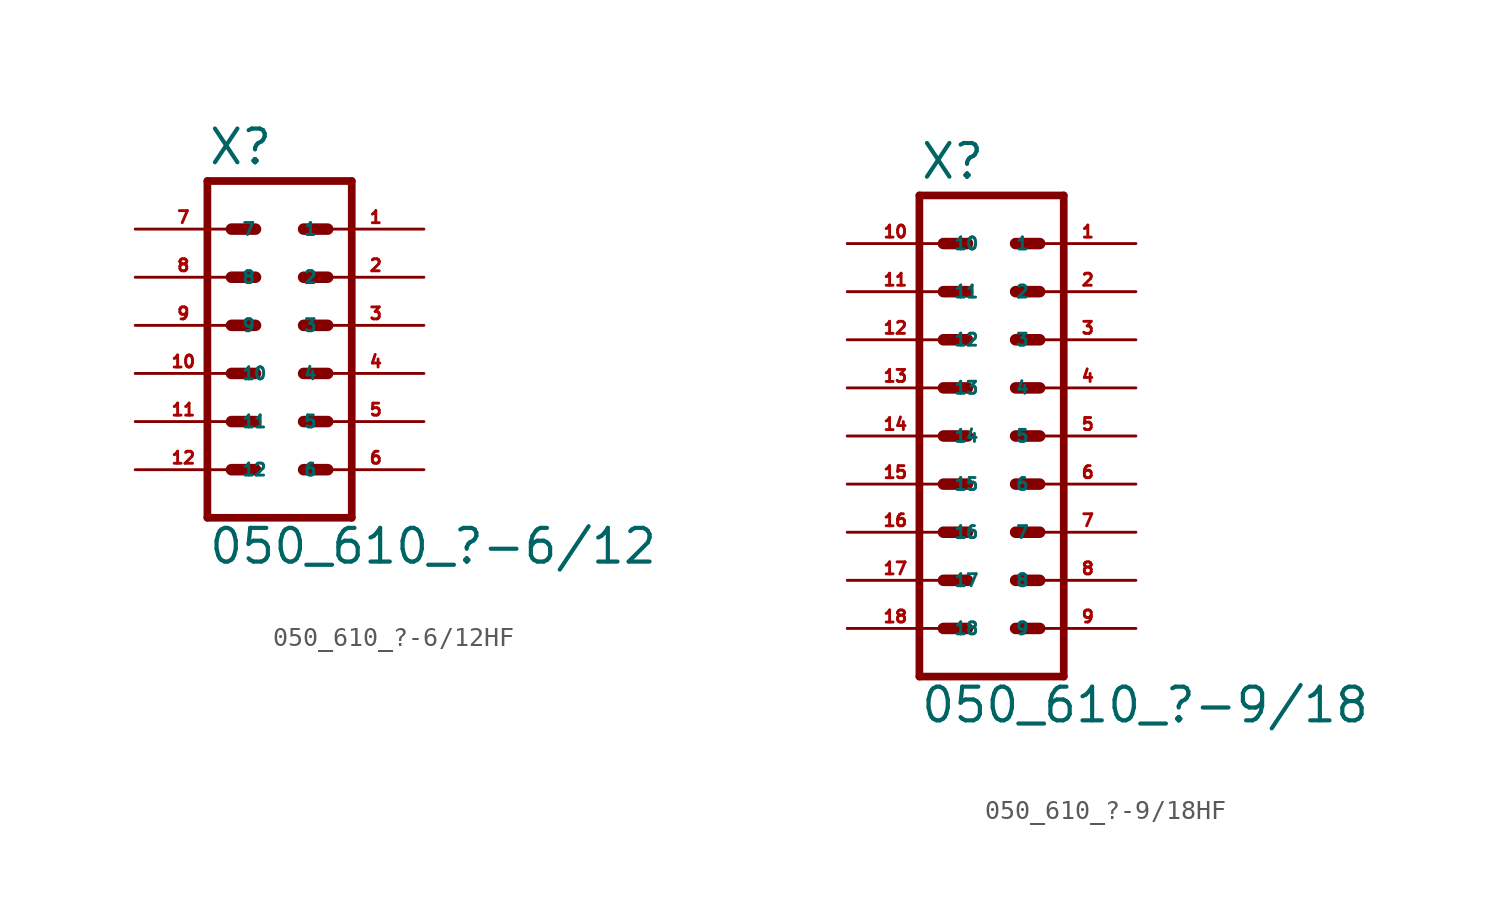
<source format=kicad_sym>
(kicad_symbol_lib
  (version 20220914)
  (generator Eagle2Kicad)
  (symbol "050_610_?-6/12HF"
    (property "Reference" "X"
      (at -3.81 8.382 0)
      (effects (font (size 1.778 1.778) (thickness 0.22)) (justify left bottom)))
    (property "Value" "050_610_?-6/12"
      (at -3.81 -12.7 0)
      (effects (font (size 1.778 1.778) (thickness 0.22)) (justify left bottom)))
    (polyline
      (pts (xy 3.81 -10.16) (xy -3.81 -10.16))
      (stroke (width 0.406) (type default))
      (fill (type none)))
    (polyline
      (pts (xy -3.81 7.62) (xy -3.81 -10.16))
      (stroke (width 0.406) (type default))
      (fill (type none)))
    (polyline
      (pts (xy 3.81 -10.16) (xy 3.81 7.62))
      (stroke (width 0.406) (type default))
      (fill (type none)))
    (polyline
      (pts (xy -3.81 7.62) (xy 3.81 7.62))
      (stroke (width 0.406) (type default))
      (fill (type none)))
    (polyline
      (pts (xy 1.27 5.08) (xy 2.54 5.08))
      (stroke (width 0.61) (type default))
      (fill (type none)))
    (polyline
      (pts (xy 1.27 2.54) (xy 2.54 2.54))
      (stroke (width 0.61) (type default))
      (fill (type none)))
    (polyline
      (pts (xy 1.27 0) (xy 2.54 0))
      (stroke (width 0.61) (type default))
      (fill (type none)))
    (polyline
      (pts (xy 1.27 -2.54) (xy 2.54 -2.54))
      (stroke (width 0.61) (type default))
      (fill (type none)))
    (polyline
      (pts (xy 1.27 -5.08) (xy 2.54 -5.08))
      (stroke (width 0.61) (type default))
      (fill (type none)))
    (polyline
      (pts (xy 1.27 -7.62) (xy 2.54 -7.62))
      (stroke (width 0.61) (type default))
      (fill (type none)))
    (polyline
      (pts (xy -1.27 5.08) (xy -2.54 5.08))
      (stroke (width 0.61) (type default))
      (fill (type none)))
    (polyline
      (pts (xy -1.27 2.54) (xy -2.54 2.54))
      (stroke (width 0.61) (type default))
      (fill (type none)))
    (polyline
      (pts (xy -1.27 0) (xy -2.54 0))
      (stroke (width 0.61) (type default))
      (fill (type none)))
    (polyline
      (pts (xy -1.27 -2.54) (xy -2.54 -2.54))
      (stroke (width 0.61) (type default))
      (fill (type none)))
    (polyline
      (pts (xy -1.27 -5.08) (xy -2.54 -5.08))
      (stroke (width 0.61) (type default))
      (fill (type none)))
    (polyline
      (pts (xy -1.27 -7.62) (xy -2.54 -7.62))
      (stroke (width 0.61) (type default))
      (fill (type none)))
    (pin passive line
      (at 7.62 5.08 180)
      (length 5.08)
      (name "1" (effects (font (size 0.635 0.635) (thickness 0.08)) (justify left bottom)))
      (number "1" (effects (font (size 0.635 0.635) (thickness 0.08)) (justify left bottom))))
    (pin passive line
      (at 7.62 2.54 180)
      (length 5.08)
      (name "2" (effects (font (size 0.635 0.635) (thickness 0.08)) (justify left bottom)))
      (number "2" (effects (font (size 0.635 0.635) (thickness 0.08)) (justify left bottom))))
    (pin passive line
      (at 7.62 0 180)
      (length 5.08)
      (name "3" (effects (font (size 0.635 0.635) (thickness 0.08)) (justify left bottom)))
      (number "3" (effects (font (size 0.635 0.635) (thickness 0.08)) (justify left bottom))))
    (pin passive line
      (at 7.62 -2.54 180)
      (length 5.08)
      (name "4" (effects (font (size 0.635 0.635) (thickness 0.08)) (justify left bottom)))
      (number "4" (effects (font (size 0.635 0.635) (thickness 0.08)) (justify left bottom))))
    (pin passive line
      (at 7.62 -5.08 180)
      (length 5.08)
      (name "5" (effects (font (size 0.635 0.635) (thickness 0.08)) (justify left bottom)))
      (number "5" (effects (font (size 0.635 0.635) (thickness 0.08)) (justify left bottom))))
    (pin passive line
      (at 7.62 -7.62 180)
      (length 5.08)
      (name "6" (effects (font (size 0.635 0.635) (thickness 0.08)) (justify left bottom)))
      (number "6" (effects (font (size 0.635 0.635) (thickness 0.08)) (justify left bottom))))
    (pin passive line
      (at -7.62 5.08 0)
      (length 5.08)
      (name "7" (effects (font (size 0.635 0.635) (thickness 0.08)) (justify left bottom)))
      (number "7" (effects (font (size 0.635 0.635) (thickness 0.08)) (justify left bottom))))
    (pin passive line
      (at -7.62 2.54 0)
      (length 5.08)
      (name "8" (effects (font (size 0.635 0.635) (thickness 0.08)) (justify left bottom)))
      (number "8" (effects (font (size 0.635 0.635) (thickness 0.08)) (justify left bottom))))
    (pin passive line
      (at -7.62 0 0)
      (length 5.08)
      (name "9" (effects (font (size 0.635 0.635) (thickness 0.08)) (justify left bottom)))
      (number "9" (effects (font (size 0.635 0.635) (thickness 0.08)) (justify left bottom))))
    (pin passive line
      (at -7.62 -2.54 0)
      (length 5.08)
      (name "10" (effects (font (size 0.635 0.635) (thickness 0.08)) (justify left bottom)))
      (number "10" (effects (font (size 0.635 0.635) (thickness 0.08)) (justify left bottom))))
    (pin passive line
      (at -7.62 -5.08 0)
      (length 5.08)
      (name "11" (effects (font (size 0.635 0.635) (thickness 0.08)) (justify left bottom)))
      (number "11" (effects (font (size 0.635 0.635) (thickness 0.08)) (justify left bottom))))
    (pin passive line
      (at -7.62 -7.62 0)
      (length 5.08)
      (name "12" (effects (font (size 0.635 0.635) (thickness 0.08)) (justify left bottom)))
      (number "12" (effects (font (size 0.635 0.635) (thickness 0.08)) (justify left bottom)))))
  (symbol "050_610_?-9/18HF"
    (property "Reference" "X"
      (at -3.81 13.462 0)
      (effects (font (size 1.778 1.778) (thickness 0.22)) (justify left bottom)))
    (property "Value" "050_610_?-9/18"
      (at -3.81 -15.24 0)
      (effects (font (size 1.778 1.778) (thickness 0.22)) (justify left bottom)))
    (polyline
      (pts (xy 3.81 -12.7) (xy -3.81 -12.7))
      (stroke (width 0.406) (type default))
      (fill (type none)))
    (polyline
      (pts (xy -3.81 12.7) (xy -3.81 -12.7))
      (stroke (width 0.406) (type default))
      (fill (type none)))
    (polyline
      (pts (xy 3.81 -12.7) (xy 3.81 12.7))
      (stroke (width 0.406) (type default))
      (fill (type none)))
    (polyline
      (pts (xy -3.81 12.7) (xy 3.81 12.7))
      (stroke (width 0.406) (type default))
      (fill (type none)))
    (polyline
      (pts (xy 1.27 10.16) (xy 2.54 10.16))
      (stroke (width 0.61) (type default))
      (fill (type none)))
    (polyline
      (pts (xy 1.27 7.62) (xy 2.54 7.62))
      (stroke (width 0.61) (type default))
      (fill (type none)))
    (polyline
      (pts (xy 1.27 5.08) (xy 2.54 5.08))
      (stroke (width 0.61) (type default))
      (fill (type none)))
    (polyline
      (pts (xy 1.27 2.54) (xy 2.54 2.54))
      (stroke (width 0.61) (type default))
      (fill (type none)))
    (polyline
      (pts (xy 1.27 0) (xy 2.54 0))
      (stroke (width 0.61) (type default))
      (fill (type none)))
    (polyline
      (pts (xy 1.27 -2.54) (xy 2.54 -2.54))
      (stroke (width 0.61) (type default))
      (fill (type none)))
    (polyline
      (pts (xy 1.27 -5.08) (xy 2.54 -5.08))
      (stroke (width 0.61) (type default))
      (fill (type none)))
    (polyline
      (pts (xy 1.27 -7.62) (xy 2.54 -7.62))
      (stroke (width 0.61) (type default))
      (fill (type none)))
    (polyline
      (pts (xy 1.27 -10.16) (xy 2.54 -10.16))
      (stroke (width 0.61) (type default))
      (fill (type none)))
    (polyline
      (pts (xy -1.27 10.16) (xy -2.54 10.16))
      (stroke (width 0.61) (type default))
      (fill (type none)))
    (polyline
      (pts (xy -1.27 7.62) (xy -2.54 7.62))
      (stroke (width 0.61) (type default))
      (fill (type none)))
    (polyline
      (pts (xy -1.27 5.08) (xy -2.54 5.08))
      (stroke (width 0.61) (type default))
      (fill (type none)))
    (polyline
      (pts (xy -1.27 2.54) (xy -2.54 2.54))
      (stroke (width 0.61) (type default))
      (fill (type none)))
    (polyline
      (pts (xy -1.27 0) (xy -2.54 0))
      (stroke (width 0.61) (type default))
      (fill (type none)))
    (polyline
      (pts (xy -1.27 -2.54) (xy -2.54 -2.54))
      (stroke (width 0.61) (type default))
      (fill (type none)))
    (polyline
      (pts (xy -1.27 -5.08) (xy -2.54 -5.08))
      (stroke (width 0.61) (type default))
      (fill (type none)))
    (polyline
      (pts (xy -1.27 -7.62) (xy -2.54 -7.62))
      (stroke (width 0.61) (type default))
      (fill (type none)))
    (polyline
      (pts (xy -1.27 -10.16) (xy -2.54 -10.16))
      (stroke (width 0.61) (type default))
      (fill (type none)))
    (pin passive line
      (at 7.62 10.16 180)
      (length 5.08)
      (name "1" (effects (font (size 0.635 0.635) (thickness 0.08)) (justify left bottom)))
      (number "1" (effects (font (size 0.635 0.635) (thickness 0.08)) (justify left bottom))))
    (pin passive line
      (at 7.62 7.62 180)
      (length 5.08)
      (name "2" (effects (font (size 0.635 0.635) (thickness 0.08)) (justify left bottom)))
      (number "2" (effects (font (size 0.635 0.635) (thickness 0.08)) (justify left bottom))))
    (pin passive line
      (at 7.62 5.08 180)
      (length 5.08)
      (name "3" (effects (font (size 0.635 0.635) (thickness 0.08)) (justify left bottom)))
      (number "3" (effects (font (size 0.635 0.635) (thickness 0.08)) (justify left bottom))))
    (pin passive line
      (at 7.62 2.54 180)
      (length 5.08)
      (name "4" (effects (font (size 0.635 0.635) (thickness 0.08)) (justify left bottom)))
      (number "4" (effects (font (size 0.635 0.635) (thickness 0.08)) (justify left bottom))))
    (pin passive line
      (at 7.62 0 180)
      (length 5.08)
      (name "5" (effects (font (size 0.635 0.635) (thickness 0.08)) (justify left bottom)))
      (number "5" (effects (font (size 0.635 0.635) (thickness 0.08)) (justify left bottom))))
    (pin passive line
      (at 7.62 -2.54 180)
      (length 5.08)
      (name "6" (effects (font (size 0.635 0.635) (thickness 0.08)) (justify left bottom)))
      (number "6" (effects (font (size 0.635 0.635) (thickness 0.08)) (justify left bottom))))
    (pin passive line
      (at 7.62 -5.08 180)
      (length 5.08)
      (name "7" (effects (font (size 0.635 0.635) (thickness 0.08)) (justify left bottom)))
      (number "7" (effects (font (size 0.635 0.635) (thickness 0.08)) (justify left bottom))))
    (pin passive line
      (at 7.62 -7.62 180)
      (length 5.08)
      (name "8" (effects (font (size 0.635 0.635) (thickness 0.08)) (justify left bottom)))
      (number "8" (effects (font (size 0.635 0.635) (thickness 0.08)) (justify left bottom))))
    (pin passive line
      (at 7.62 -10.16 180)
      (length 5.08)
      (name "9" (effects (font (size 0.635 0.635) (thickness 0.08)) (justify left bottom)))
      (number "9" (effects (font (size 0.635 0.635) (thickness 0.08)) (justify left bottom))))
    (pin passive line
      (at -7.62 10.16 0)
      (length 5.08)
      (name "10" (effects (font (size 0.635 0.635) (thickness 0.08)) (justify left bottom)))
      (number "10" (effects (font (size 0.635 0.635) (thickness 0.08)) (justify left bottom))))
    (pin passive line
      (at -7.62 7.62 0)
      (length 5.08)
      (name "11" (effects (font (size 0.635 0.635) (thickness 0.08)) (justify left bottom)))
      (number "11" (effects (font (size 0.635 0.635) (thickness 0.08)) (justify left bottom))))
    (pin passive line
      (at -7.62 5.08 0)
      (length 5.08)
      (name "12" (effects (font (size 0.635 0.635) (thickness 0.08)) (justify left bottom)))
      (number "12" (effects (font (size 0.635 0.635) (thickness 0.08)) (justify left bottom))))
    (pin passive line
      (at -7.62 2.54 0)
      (length 5.08)
      (name "13" (effects (font (size 0.635 0.635) (thickness 0.08)) (justify left bottom)))
      (number "13" (effects (font (size 0.635 0.635) (thickness 0.08)) (justify left bottom))))
    (pin passive line
      (at -7.62 0 0)
      (length 5.08)
      (name "14" (effects (font (size 0.635 0.635) (thickness 0.08)) (justify left bottom)))
      (number "14" (effects (font (size 0.635 0.635) (thickness 0.08)) (justify left bottom))))
    (pin passive line
      (at -7.62 -2.54 0)
      (length 5.08)
      (name "15" (effects (font (size 0.635 0.635) (thickness 0.08)) (justify left bottom)))
      (number "15" (effects (font (size 0.635 0.635) (thickness 0.08)) (justify left bottom))))
    (pin passive line
      (at -7.62 -5.08 0)
      (length 5.08)
      (name "16" (effects (font (size 0.635 0.635) (thickness 0.08)) (justify left bottom)))
      (number "16" (effects (font (size 0.635 0.635) (thickness 0.08)) (justify left bottom))))
    (pin passive line
      (at -7.62 -7.62 0)
      (length 5.08)
      (name "17" (effects (font (size 0.635 0.635) (thickness 0.08)) (justify left bottom)))
      (number "17" (effects (font (size 0.635 0.635) (thickness 0.08)) (justify left bottom))))
    (pin passive line
      (at -7.62 -10.16 0)
      (length 5.08)
      (name "18" (effects (font (size 0.635 0.635) (thickness 0.08)) (justify left bottom)))
      (number "18" (effects (font (size 0.635 0.635) (thickness 0.08)) (justify left bottom))))))
</source>
